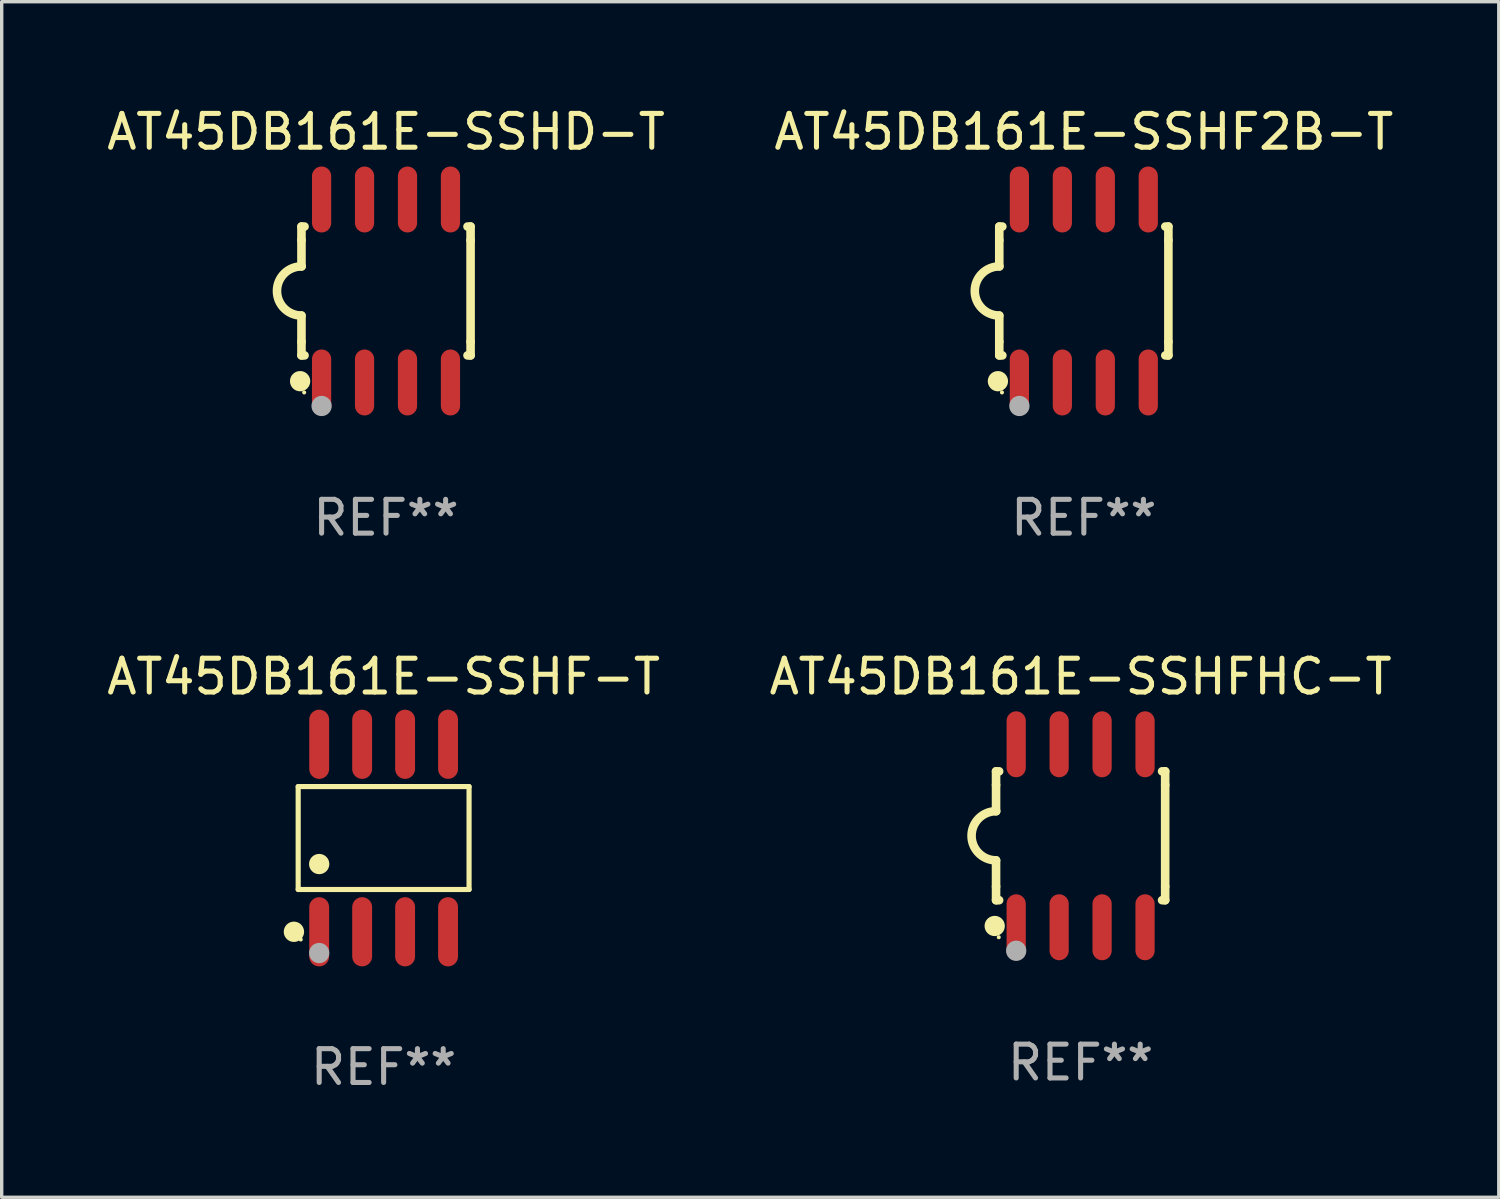
<source format=kicad_pcb>
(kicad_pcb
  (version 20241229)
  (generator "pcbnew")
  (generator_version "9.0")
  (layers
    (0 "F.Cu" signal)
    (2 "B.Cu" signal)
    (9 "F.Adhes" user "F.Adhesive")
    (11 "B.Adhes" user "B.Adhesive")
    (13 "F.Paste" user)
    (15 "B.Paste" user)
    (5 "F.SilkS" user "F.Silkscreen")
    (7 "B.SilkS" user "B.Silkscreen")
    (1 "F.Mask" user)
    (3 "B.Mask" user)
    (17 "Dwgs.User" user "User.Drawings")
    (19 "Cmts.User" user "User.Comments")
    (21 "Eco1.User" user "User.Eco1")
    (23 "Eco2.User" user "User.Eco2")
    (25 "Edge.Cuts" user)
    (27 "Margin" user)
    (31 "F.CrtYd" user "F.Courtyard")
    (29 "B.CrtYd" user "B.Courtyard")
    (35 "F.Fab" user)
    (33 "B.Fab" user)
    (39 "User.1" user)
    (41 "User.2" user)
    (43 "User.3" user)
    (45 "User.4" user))
  (footprint "AT45DB161E-SSHFHC-T"
    (layer "F.Cu")
    (at 28.899 21.66)
    (property "Reference" "AT45DB161E-SSHFHC-T" (at 0 -4.705 0) (layer "F.SilkS") (effects (font (size 1 1) (thickness 0.15))))
    (attr through_hole)
    (fp_line (start -2.5 -1.905) (end -2.409 -1.905) (stroke (width 0.254) (type solid)) (layer "F.SilkS"))
    (fp_line (start -2.5 -1.5) (end -2.5 -1.905) (stroke (width 0.254) (type solid)) (layer "F.SilkS"))
    (fp_line (start -2.5 -1.5) (end -2.5 -0.726) (stroke (width 0.254) (type solid)) (layer "F.SilkS"))
    (fp_line (start -2.5 1.5) (end -2.5 0.727) (stroke (width 0.254) (type solid)) (layer "F.SilkS"))
    (fp_line (start -2.5 1.5) (end -2.5 1.905) (stroke (width 0.254) (type solid)) (layer "F.SilkS"))
    (fp_line (start -2.5 1.905) (end -2.409 1.905) (stroke (width 0.254) (type solid)) (layer "F.SilkS"))
    (fp_line (start 2.5 -1.905) (end 2.409 -1.905) (stroke (width 0.254) (type solid)) (layer "F.SilkS"))
    (fp_line (start 2.5 -1.5) (end 2.5 -1.905) (stroke (width 0.254) (type solid)) (layer "F.SilkS"))
    (fp_line (start 2.5 -1.5) (end 2.5 1.5) (stroke (width 0.254) (type solid)) (layer "F.SilkS"))
    (fp_line (start 2.5 1.5) (end 2.5 1.905) (stroke (width 0.254) (type solid)) (layer "F.SilkS"))
    (fp_line (start 2.5 1.905) (end 2.409 1.905) (stroke (width 0.254) (type solid)) (layer "F.SilkS"))
    (fp_arc (start -2.5 0.726568) (mid -3.220316 -0.0023) (end -2.495097 -0.726289) (stroke (width 0.254001) (type solid)) (layer "F.SilkS"))
    (fp_circle (center -2.54 2.667) (end -2.39 2.667) (stroke (width 0.3) (type solid)) (fill no) (layer "F.SilkS"))
    (fp_circle (center -2.42 3) (end -2.39 3) (stroke (width 0.06) (type solid)) (fill no) (layer "F.SilkS"))
    (fp_circle (center -1.905 3.4) (end -1.755 3.4) (stroke (width 0.3) (type solid)) (fill no) (layer "F.Fab"))
    (fp_text user "REF**" (at 0 6.705 0) (layer "F.Fab") (effects (font (size 1 1) (thickness 0.15))))
    (pad "1" smd oval (at -1.905 2.705) (size 0.568 1.95) (layers "F.Cu" "F.Mask" "F.Paste"))
    (pad "2" smd oval (at -0.635 2.705) (size 0.568 1.95) (layers "F.Cu" "F.Mask" "F.Paste"))
    (pad "3" smd oval (at 0.635 2.705) (size 0.568 1.95) (layers "F.Cu" "F.Mask" "F.Paste"))
    (pad "4" smd oval (at 1.905 2.705) (size 0.568 1.95) (layers "F.Cu" "F.Mask" "F.Paste"))
    (pad "5" smd oval (at 1.905 -2.705) (size 0.568 1.95) (layers "F.Cu" "F.Mask" "F.Paste"))
    (pad "6" smd oval (at 0.635 -2.705) (size 0.568 1.95) (layers "F.Cu" "F.Mask" "F.Paste"))
    (pad "7" smd oval (at -0.635 -2.705) (size 0.568 1.95) (layers "F.Cu" "F.Mask" "F.Paste"))
    (pad "8" smd oval (at -1.905 -2.705) (size 0.568 1.95) (layers "F.Cu" "F.Mask" "F.Paste")))
  (footprint "AT45DB161E-SSHF-T"
    (layer "F.Cu")
    (at 8.292 21.727)
    (property "Reference" "AT45DB161E-SSHF-T" (at 0 -4.772 0) (layer "F.SilkS") (effects (font (size 1 1) (thickness 0.15))))
    (attr through_hole)
    (fp_line (start -2.526 -1.521) (end 2.526 -1.521) (stroke (width 0.152) (type solid)) (layer "F.SilkS"))
    (fp_line (start -2.526 1.521) (end -2.526 -1.521) (stroke (width 0.152) (type solid)) (layer "F.SilkS"))
    (fp_line (start 2.526 -1.521) (end 2.526 1.521) (stroke (width 0.152) (type solid)) (layer "F.SilkS"))
    (fp_line (start 2.526 1.521) (end -2.526 1.521) (stroke (width 0.152) (type solid)) (layer "F.SilkS"))
    (fp_circle (center -2.652 2.772) (end -2.501 2.772) (stroke (width 0.3) (type solid)) (fill no) (layer "F.SilkS"))
    (fp_circle (center -2.45 3) (end -2.42 3) (stroke (width 0.06) (type solid)) (fill no) (layer "F.SilkS"))
    (fp_circle (center -1.905 0.769) (end -1.755 0.769) (stroke (width 0.3) (type solid)) (fill no) (layer "F.SilkS"))
    (fp_circle (center -1.905 3.4) (end -1.755 3.4) (stroke (width 0.3) (type solid)) (fill no) (layer "F.Fab"))
    (fp_text user "REF**" (at 0 6.772 0) (layer "F.Fab") (effects (font (size 1 1) (thickness 0.15))))
    (pad "1" smd oval (at -1.905 2.772) (size 0.588 2.045) (layers "F.Cu" "F.Mask" "F.Paste"))
    (pad "2" smd oval (at -0.635 2.772) (size 0.588 2.045) (layers "F.Cu" "F.Mask" "F.Paste"))
    (pad "3" smd oval (at 0.635 2.772) (size 0.588 2.045) (layers "F.Cu" "F.Mask" "F.Paste"))
    (pad "4" smd oval (at 1.905 2.772) (size 0.588 2.045) (layers "F.Cu" "F.Mask" "F.Paste"))
    (pad "5" smd oval (at 1.905 -2.772) (size 0.588 2.045) (layers "F.Cu" "F.Mask" "F.Paste"))
    (pad "6" smd oval (at 0.635 -2.772) (size 0.588 2.045) (layers "F.Cu" "F.Mask" "F.Paste"))
    (pad "7" smd oval (at -0.635 -2.772) (size 0.588 2.045) (layers "F.Cu" "F.Mask" "F.Paste"))
    (pad "8" smd oval (at -1.905 -2.772) (size 0.588 2.045) (layers "F.Cu" "F.Mask" "F.Paste")))
  (footprint "AT45DB161E-SSHF2B-T"
    (layer "F.Cu")
    (at 28.994 5.553)
    (property "Reference" "AT45DB161E-SSHF2B-T" (at 0 -4.705 0) (layer "F.SilkS") (effects (font (size 1 1) (thickness 0.15))))
    (attr through_hole)
    (fp_line (start -2.5 -1.905) (end -2.409 -1.905) (stroke (width 0.254) (type solid)) (layer "F.SilkS"))
    (fp_line (start -2.5 -1.5) (end -2.5 -1.905) (stroke (width 0.254) (type solid)) (layer "F.SilkS"))
    (fp_line (start -2.5 -1.5) (end -2.5 -0.726) (stroke (width 0.254) (type solid)) (layer "F.SilkS"))
    (fp_line (start -2.5 1.5) (end -2.5 0.727) (stroke (width 0.254) (type solid)) (layer "F.SilkS"))
    (fp_line (start -2.5 1.5) (end -2.5 1.905) (stroke (width 0.254) (type solid)) (layer "F.SilkS"))
    (fp_line (start -2.5 1.905) (end -2.409 1.905) (stroke (width 0.254) (type solid)) (layer "F.SilkS"))
    (fp_line (start 2.5 -1.905) (end 2.409 -1.905) (stroke (width 0.254) (type solid)) (layer "F.SilkS"))
    (fp_line (start 2.5 -1.5) (end 2.5 -1.905) (stroke (width 0.254) (type solid)) (layer "F.SilkS"))
    (fp_line (start 2.5 -1.5) (end 2.5 1.5) (stroke (width 0.254) (type solid)) (layer "F.SilkS"))
    (fp_line (start 2.5 1.5) (end 2.5 1.905) (stroke (width 0.254) (type solid)) (layer "F.SilkS"))
    (fp_line (start 2.5 1.905) (end 2.409 1.905) (stroke (width 0.254) (type solid)) (layer "F.SilkS"))
    (fp_arc (start -2.5 0.726568) (mid -3.220316 -0.0023) (end -2.495097 -0.726289) (stroke (width 0.254001) (type solid)) (layer "F.SilkS"))
    (fp_circle (center -2.54 2.667) (end -2.39 2.667) (stroke (width 0.3) (type solid)) (fill no) (layer "F.SilkS"))
    (fp_circle (center -2.42 3) (end -2.39 3) (stroke (width 0.06) (type solid)) (fill no) (layer "F.SilkS"))
    (fp_circle (center -1.905 3.4) (end -1.755 3.4) (stroke (width 0.3) (type solid)) (fill no) (layer "F.Fab"))
    (fp_text user "REF**" (at 0 6.705 0) (layer "F.Fab") (effects (font (size 1 1) (thickness 0.15))))
    (pad "1" smd oval (at -1.905 2.705) (size 0.568 1.95) (layers "F.Cu" "F.Mask" "F.Paste"))
    (pad "2" smd oval (at -0.635 2.705) (size 0.568 1.95) (layers "F.Cu" "F.Mask" "F.Paste"))
    (pad "3" smd oval (at 0.635 2.705) (size 0.568 1.95) (layers "F.Cu" "F.Mask" "F.Paste"))
    (pad "4" smd oval (at 1.905 2.705) (size 0.568 1.95) (layers "F.Cu" "F.Mask" "F.Paste"))
    (pad "5" smd oval (at 1.905 -2.705) (size 0.568 1.95) (layers "F.Cu" "F.Mask" "F.Paste"))
    (pad "6" smd oval (at 0.635 -2.705) (size 0.568 1.95) (layers "F.Cu" "F.Mask" "F.Paste"))
    (pad "7" smd oval (at -0.635 -2.705) (size 0.568 1.95) (layers "F.Cu" "F.Mask" "F.Paste"))
    (pad "8" smd oval (at -1.905 -2.705) (size 0.568 1.95) (layers "F.Cu" "F.Mask" "F.Paste")))
  (footprint "AT45DB161E-SSHD-T"
    (layer "F.Cu")
    (at 8.363 5.553)
    (property "Reference" "AT45DB161E-SSHD-T" (at 0 -4.705 0) (layer "F.SilkS") (effects (font (size 1 1) (thickness 0.15))))
    (attr through_hole)
    (fp_line (start -2.5 -1.905) (end -2.409 -1.905) (stroke (width 0.254) (type solid)) (layer "F.SilkS"))
    (fp_line (start -2.5 -1.5) (end -2.5 -1.905) (stroke (width 0.254) (type solid)) (layer "F.SilkS"))
    (fp_line (start -2.5 -1.5) (end -2.5 -0.726) (stroke (width 0.254) (type solid)) (layer "F.SilkS"))
    (fp_line (start -2.5 1.5) (end -2.5 0.727) (stroke (width 0.254) (type solid)) (layer "F.SilkS"))
    (fp_line (start -2.5 1.5) (end -2.5 1.905) (stroke (width 0.254) (type solid)) (layer "F.SilkS"))
    (fp_line (start -2.5 1.905) (end -2.409 1.905) (stroke (width 0.254) (type solid)) (layer "F.SilkS"))
    (fp_line (start 2.5 -1.905) (end 2.409 -1.905) (stroke (width 0.254) (type solid)) (layer "F.SilkS"))
    (fp_line (start 2.5 -1.5) (end 2.5 -1.905) (stroke (width 0.254) (type solid)) (layer "F.SilkS"))
    (fp_line (start 2.5 -1.5) (end 2.5 1.5) (stroke (width 0.254) (type solid)) (layer "F.SilkS"))
    (fp_line (start 2.5 1.5) (end 2.5 1.905) (stroke (width 0.254) (type solid)) (layer "F.SilkS"))
    (fp_line (start 2.5 1.905) (end 2.409 1.905) (stroke (width 0.254) (type solid)) (layer "F.SilkS"))
    (fp_arc (start -2.5 0.726568) (mid -3.220316 -0.0023) (end -2.495097 -0.726289) (stroke (width 0.254001) (type solid)) (layer "F.SilkS"))
    (fp_circle (center -2.54 2.667) (end -2.39 2.667) (stroke (width 0.3) (type solid)) (fill no) (layer "F.SilkS"))
    (fp_circle (center -2.42 3) (end -2.39 3) (stroke (width 0.06) (type solid)) (fill no) (layer "F.SilkS"))
    (fp_circle (center -1.905 3.4) (end -1.755 3.4) (stroke (width 0.3) (type solid)) (fill no) (layer "F.Fab"))
    (fp_text user "REF**" (at 0 6.705 0) (layer "F.Fab") (effects (font (size 1 1) (thickness 0.15))))
    (pad "1" smd oval (at -1.905 2.705) (size 0.568 1.95) (layers "F.Cu" "F.Mask" "F.Paste"))
    (pad "2" smd oval (at -0.635 2.705) (size 0.568 1.95) (layers "F.Cu" "F.Mask" "F.Paste"))
    (pad "3" smd oval (at 0.635 2.705) (size 0.568 1.95) (layers "F.Cu" "F.Mask" "F.Paste"))
    (pad "4" smd oval (at 1.905 2.705) (size 0.568 1.95) (layers "F.Cu" "F.Mask" "F.Paste"))
    (pad "5" smd oval (at 1.905 -2.705) (size 0.568 1.95) (layers "F.Cu" "F.Mask" "F.Paste"))
    (pad "6" smd oval (at 0.635 -2.705) (size 0.568 1.95) (layers "F.Cu" "F.Mask" "F.Paste"))
    (pad "7" smd oval (at -0.635 -2.705) (size 0.568 1.95) (layers "F.Cu" "F.Mask" "F.Paste"))
    (pad "8" smd oval (at -1.905 -2.705) (size 0.568 1.95) (layers "F.Cu" "F.Mask" "F.Paste")))
  (gr_rect
    (start -3 -3)
    (end 41.262 32.348)
    (stroke (width 0.1) (type default))
    (fill no)
    (layer "Edge.Cuts")))
</source>
